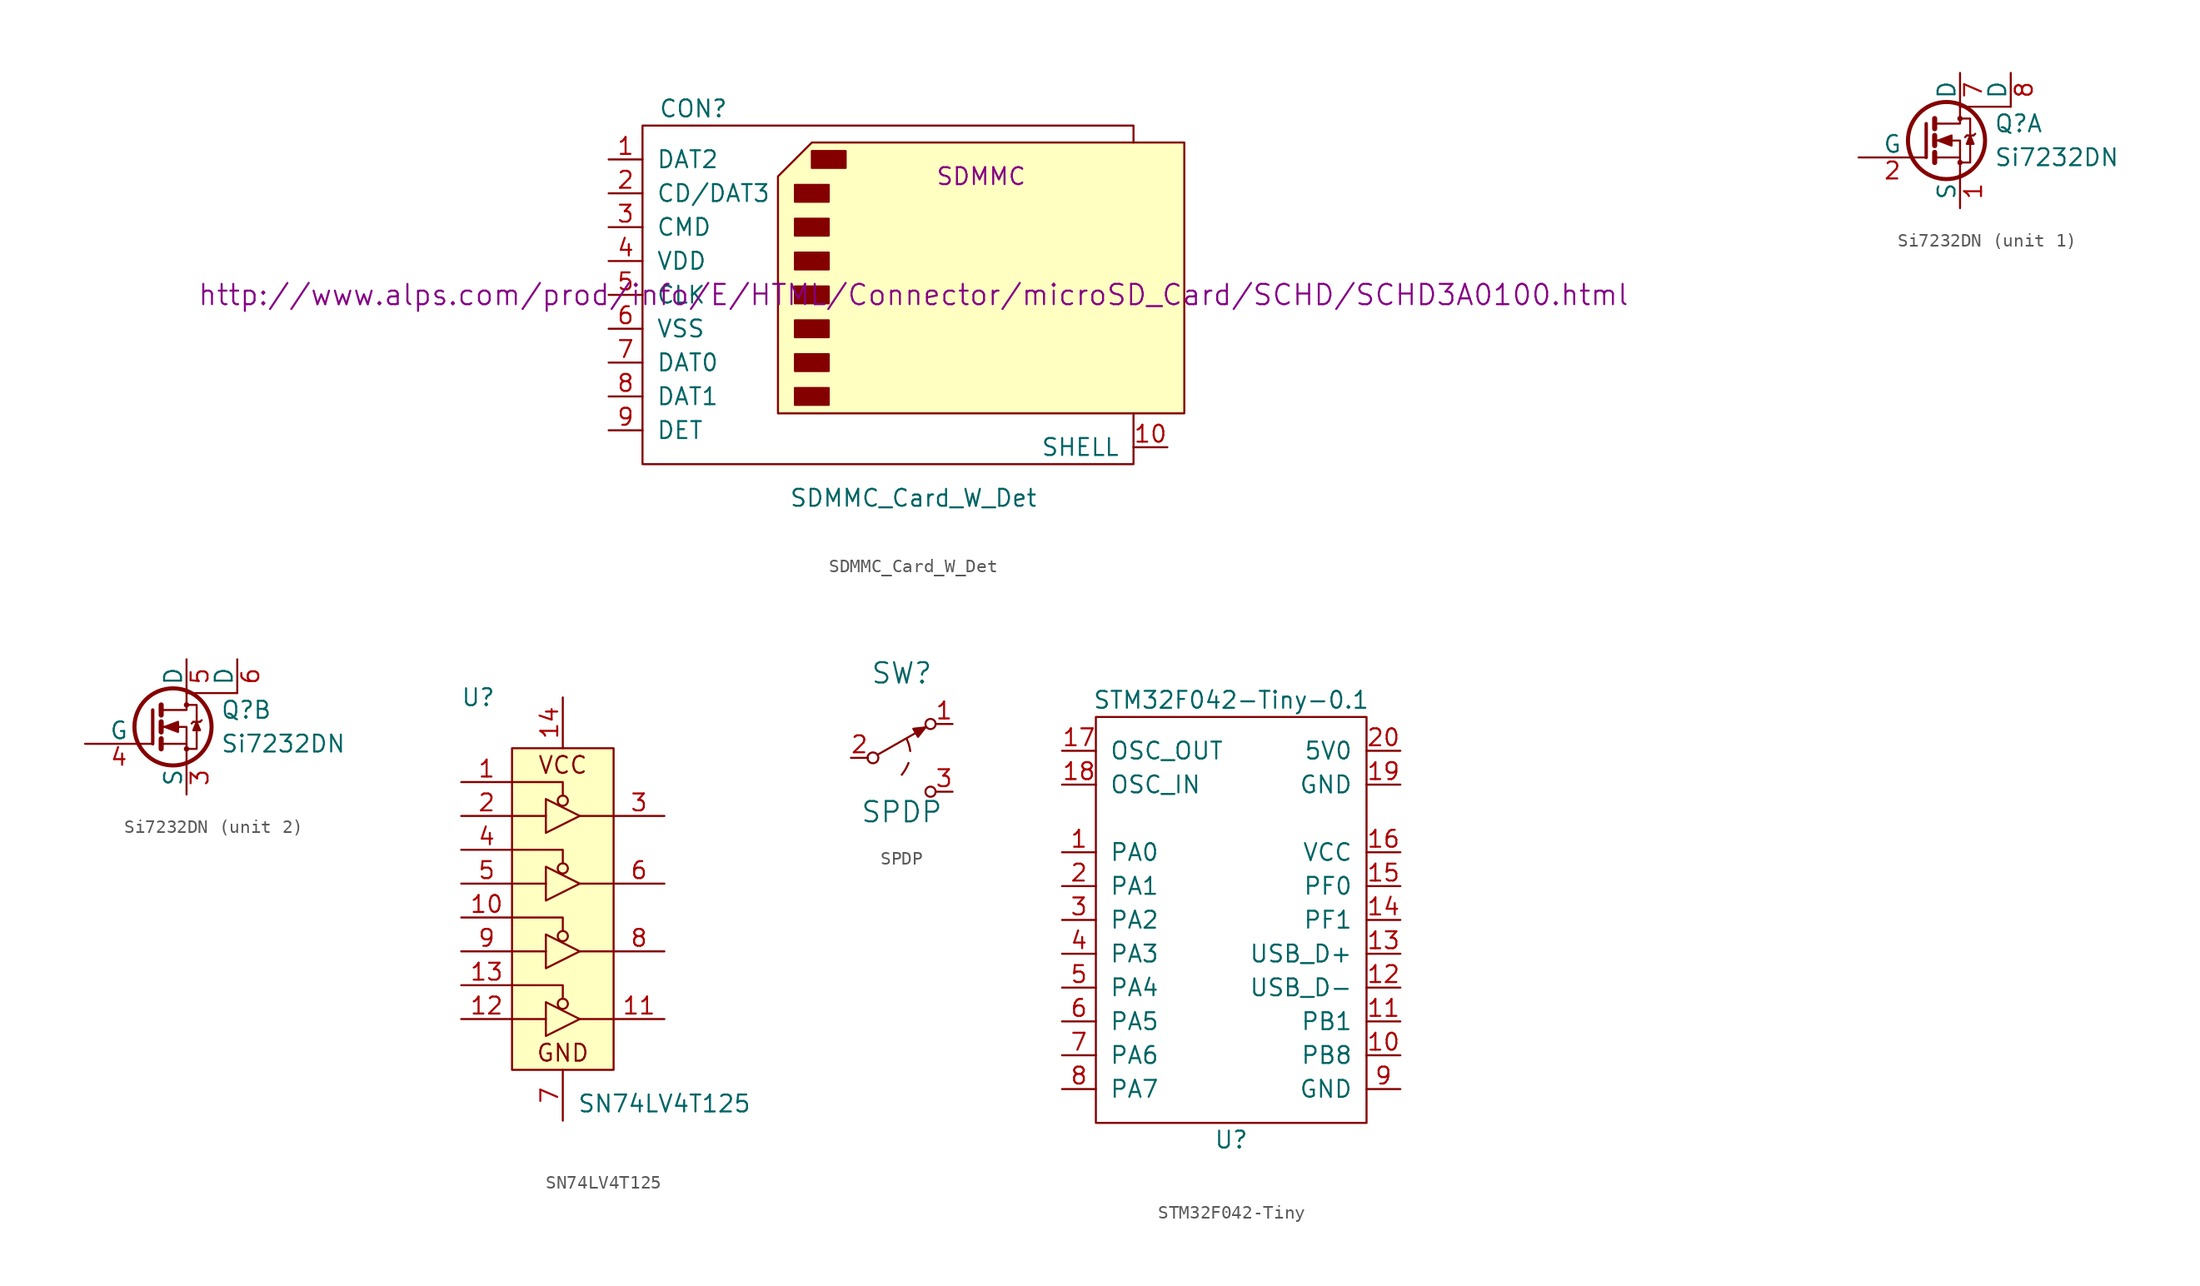
<source format=kicad_sym>
(kicad_symbol_lib
  (version 20231120)
  (generator "kicad_symbol_editor")
  (generator_version "8.0")
  (symbol "SDMMC_Card_W_Det"
    (pin_names
      (offset 1.016))
    (property "Reference" "CON"
      (at -16.51 13.97 0)
      (effects (font (size 1.27 1.27))))
    (property "Value" "SDMMC_Card_W_Det"
      (at 0 -15.24 0)
      (effects (font (size 1.27 1.27))))
    (property "Footprint" "SDMMC"
      (at 5.08 8.89 0)
      (effects (font (size 1.27 1.27))))
    (property "Datasheet" "http://www.alps.com/prod/info/E/HTML/Connector/microSD_Card/SCHD/SCHD3A0100.html"
      (at 0 0 0)
      (effects (font (size 1.524 1.524))))
    (symbol "SDMMC_Card_W_Det_0_1"
      (rectangle (start -8.89 -6.985) (end -6.35 -8.255) (stroke (width 0) (type default)) (fill (type outline)))
      (rectangle (start -8.89 -4.445) (end -6.35 -5.715) (stroke (width 0) (type default)) (fill (type outline)))
      (rectangle (start -8.89 -1.905) (end -6.35 -3.175) (stroke (width 0) (type default)) (fill (type outline)))
      (rectangle (start -8.89 0.635) (end -6.35 -0.635) (stroke (width 0) (type default)) (fill (type outline)))
      (rectangle (start -8.89 3.175) (end -6.35 1.905) (stroke (width 0) (type default)) (fill (type outline)))
      (rectangle (start -8.89 5.715) (end -6.35 4.445) (stroke (width 0) (type default)) (fill (type outline)))
      (rectangle (start -8.89 8.255) (end -6.35 6.985) (stroke (width 0) (type default)) (fill (type outline)))
      (rectangle (start -7.62 10.795) (end -5.08 9.525) (stroke (width 0) (type default)) (fill (type outline)))
      (polyline (pts (xy 16.51 11.43) (xy 16.51 12.7) (xy -20.32 12.7) (xy -20.32 -12.7) (xy 16.51 -12.7) (xy 16.51 -8.89)) (stroke (width 0) (type default)) (fill (type none)))
      (polyline (pts (xy 20.32 11.43) (xy -7.62 11.43) (xy -10.16 8.89) (xy -10.16 -8.89) (xy 20.32 -8.89) (xy 20.32 11.43)) (stroke (width 0) (type default)) (fill (type background))))
    (symbol "SDMMC_Card_W_Det_1_1"
      (pin input line (at -22.86 10.16 0) (length 2.54) (name "DAT2" (effects (font (size 1.27 1.27)))) (number "1" (effects (font (size 1.27 1.27)))))
      (pin input line (at 19.05 -11.43 180) (length 2.54) (name "SHELL" (effects (font (size 1.27 1.27)))) (number "10" (effects (font (size 1.27 1.27)))))
      (pin input line (at -22.86 7.62 0) (length 2.54) (name "CD/DAT3" (effects (font (size 1.27 1.27)))) (number "2" (effects (font (size 1.27 1.27)))))
      (pin input line (at -22.86 5.08 0) (length 2.54) (name "CMD" (effects (font (size 1.27 1.27)))) (number "3" (effects (font (size 1.27 1.27)))))
      (pin input line (at -22.86 2.54 0) (length 2.54) (name "VDD" (effects (font (size 1.27 1.27)))) (number "4" (effects (font (size 1.27 1.27)))))
      (pin input line (at -22.86 0 0) (length 2.54) (name "CLK" (effects (font (size 1.27 1.27)))) (number "5" (effects (font (size 1.27 1.27)))))
      (pin input line (at -22.86 -2.54 0) (length 2.54) (name "VSS" (effects (font (size 1.27 1.27)))) (number "6" (effects (font (size 1.27 1.27)))))
      (pin input line (at -22.86 -5.08 0) (length 2.54) (name "DAT0" (effects (font (size 1.27 1.27)))) (number "7" (effects (font (size 1.27 1.27)))))
      (pin input line (at -22.86 -7.62 0) (length 2.54) (name "DAT1" (effects (font (size 1.27 1.27)))) (number "8" (effects (font (size 1.27 1.27)))))
      (pin input line (at -22.86 -10.16 0) (length 2.54) (name "DET" (effects (font (size 1.27 1.27)))) (number "9" (effects (font (size 1.27 1.27)))))))
  (symbol "Si7232DN"
    (pin_names
      (offset 0))
    (property "Reference" "Q"
      (at 3.81 1.27 0)
      (effects (font (size 1.27 1.27)) (justify left)))
    (property "Value" "Si7232DN"
      (at 3.81 -1.27 0)
      (effects (font (size 1.27 1.27)) (justify left)))
    (property "Datasheet" ""
      (at -1.27 0 0)
      (effects (font (size 1.27 1.27)) (justify left)))
    (symbol "Si7232DN_0_1"
      (polyline (pts (xy -1.27 -1.27) (xy -1.27 1.27)) (stroke (width 0.254) (type default)) (fill (type none)))
      (polyline (pts (xy -0.635 -0.889) (xy -0.635 -1.651)) (stroke (width 0.381) (type default)) (fill (type none)))
      (polyline (pts (xy -0.635 0.381) (xy -0.635 -0.381)) (stroke (width 0.381) (type default)) (fill (type none)))
      (polyline (pts (xy -0.635 1.651) (xy -0.635 0.889)) (stroke (width 0.381) (type default)) (fill (type none)))
      (polyline (pts (xy 1.27 2.54) (xy 5.08 2.54)) (stroke (width 0) (type default)) (fill (type none)))
      (polyline (pts (xy 1.778 0.381) (xy 1.651 0.254)) (stroke (width 0) (type default)) (fill (type none)))
      (polyline (pts (xy 1.778 0.381) (xy 2.286 0.381)) (stroke (width 0) (type default)) (fill (type none)))
      (polyline (pts (xy 2.286 0.381) (xy 2.413 0.508)) (stroke (width 0) (type default)) (fill (type none)))
      (polyline (pts (xy -0.508 1.27) (xy 1.27 1.27) (xy 1.27 2.54) (xy 1.27 2.54)) (stroke (width 0) (type default)) (fill (type none)))
      (polyline (pts (xy 1.27 1.651) (xy 2.032 1.651) (xy 2.032 -1.651) (xy 1.397 -1.651)) (stroke (width 0) (type default)) (fill (type none)))
      (polyline (pts (xy 2.032 0.381) (xy 1.778 -0.254) (xy 2.286 -0.254) (xy 2.032 0.381)) (stroke (width 0) (type default)) (fill (type outline)))
      (polyline (pts (xy -0.508 -1.27) (xy 1.27 -1.27) (xy 1.27 -1.778) (xy 1.27 -2.54) (xy 1.27 -2.54)) (stroke (width 0) (type default)) (fill (type none)))
      (polyline (pts (xy -0.508 0) (xy 0 0) (xy 1.27 0) (xy 1.27 -1.27) (xy 1.27 -1.27)) (stroke (width 0) (type default)) (fill (type none)))
      (polyline (pts (xy -0.381 0) (xy 0.635 0.381) (xy 0.635 -0.381) (xy -0.381 0) (xy -0.254 0) (xy -0.254 0)) (stroke (width 0) (type default)) (fill (type outline)))
      (circle (center 0.254 0) (radius 2.896) (stroke (width 0.305) (type default)) (fill (type none)))
      (circle (center 1.27 -1.651) (radius 0.127) (stroke (width 0) (type default)) (fill (type none)))
      (circle (center 1.27 1.651) (radius 0.127) (stroke (width 0) (type default)) (fill (type none))))
    (symbol "Si7232DN_1_1"
      (pin passive line (at 1.27 -5.08 90) (length 2.54) (name "S" (effects (font (size 1.27 1.27)))) (number "1" (effects (font (size 1.27 1.27)))))
      (pin input line (at -6.35 -1.27 0) (length 5.08) (name "G" (effects (font (size 1.27 1.27)))) (number "2" (effects (font (size 1.27 1.27)))))
      (pin passive line (at 1.27 5.08 270) (length 2.54) (name "D" (effects (font (size 1.27 1.27)))) (number "7" (effects (font (size 1.27 1.27)))))
      (pin passive line (at 5.08 5.08 270) (length 2.54) (name "D" (effects (font (size 1.27 1.27)))) (number "8" (effects (font (size 1.27 1.27))))))
    (symbol "Si7232DN_2_1"
      (pin passive line (at 1.27 -5.08 90) (length 2.54) (name "S" (effects (font (size 1.27 1.27)))) (number "3" (effects (font (size 1.27 1.27)))))
      (pin input line (at -6.35 -1.27 0) (length 5.08) (name "G" (effects (font (size 1.27 1.27)))) (number "4" (effects (font (size 1.27 1.27)))))
      (pin passive line (at 1.27 5.08 270) (length 2.54) (name "D" (effects (font (size 1.27 1.27)))) (number "5" (effects (font (size 1.27 1.27)))))
      (pin passive line (at 5.08 5.08 270) (length 2.54) (name "D" (effects (font (size 1.27 1.27)))) (number "6" (effects (font (size 1.27 1.27)))))))
  (symbol "SN74LV4T125"
    (pin_names
      (offset 1.016) hide)
    (property "Reference" "U"
      (at -6.35 15.24 0)
      (effects (font (size 1.27 1.27))))
    (property "Value" "SN74LV4T125"
      (at 7.62 -15.24 0)
      (effects (font (size 1.27 1.27))))
    (symbol "SN74LV4T125_0_0"
      (text "GND" (at 0 -11.43 0) (effects (font (size 1.27 1.27))))
      (text "VCC" (at 0 10.16 0) (effects (font (size 1.27 1.27)))))
    (symbol "SN74LV4T125_0_1"
      (rectangle (start -3.81 11.43) (end 3.81 -12.7) (stroke (width 0) (type default)) (fill (type background)))
      (polyline (pts (xy -3.81 -8.89) (xy -1.27 -8.89)) (stroke (width 0) (type default)) (fill (type none)))
      (polyline (pts (xy -3.81 -3.81) (xy -1.27 -3.81)) (stroke (width 0) (type default)) (fill (type none)))
      (polyline (pts (xy -3.81 1.27) (xy -1.27 1.27)) (stroke (width 0) (type default)) (fill (type none)))
      (polyline (pts (xy -3.81 6.35) (xy -1.27 6.35)) (stroke (width 0) (type default)) (fill (type none)))
      (polyline (pts (xy 1.27 -8.89) (xy 3.81 -8.89)) (stroke (width 0) (type default)) (fill (type none)))
      (polyline (pts (xy 1.27 -3.81) (xy 3.81 -3.81)) (stroke (width 0) (type default)) (fill (type none)))
      (polyline (pts (xy 1.27 1.27) (xy 3.81 1.27)) (stroke (width 0) (type default)) (fill (type none)))
      (polyline (pts (xy 1.27 6.35) (xy 3.81 6.35)) (stroke (width 0) (type default)) (fill (type none)))
      (polyline (pts (xy -3.81 -6.35) (xy 0 -6.35) (xy 0 -7.366)) (stroke (width 0) (type default)) (fill (type none)))
      (polyline (pts (xy -3.81 -1.27) (xy 0 -1.27) (xy 0 -2.286)) (stroke (width 0) (type default)) (fill (type none)))
      (polyline (pts (xy -3.81 3.81) (xy 0 3.81) (xy 0 2.794)) (stroke (width 0) (type default)) (fill (type none)))
      (polyline (pts (xy -3.81 8.89) (xy 0 8.89) (xy 0 7.874)) (stroke (width 0) (type default)) (fill (type none)))
      (polyline (pts (xy -1.27 -7.62) (xy -1.27 -10.16) (xy 1.27 -8.89) (xy -1.27 -7.62)) (stroke (width 0) (type default)) (fill (type none)))
      (polyline (pts (xy -1.27 -2.54) (xy -1.27 -5.08) (xy 1.27 -3.81) (xy -1.27 -2.54)) (stroke (width 0) (type default)) (fill (type none)))
      (polyline (pts (xy -1.27 2.54) (xy -1.27 0) (xy 1.27 1.27) (xy -1.27 2.54)) (stroke (width 0) (type default)) (fill (type none)))
      (polyline (pts (xy -1.27 7.62) (xy -1.27 5.08) (xy 1.27 6.35) (xy -1.27 7.62)) (stroke (width 0) (type default)) (fill (type none)))
      (circle (center 0 7.493) (radius 0.381) (stroke (width 0) (type default)) (fill (type none))))
    (symbol "SN74LV4T125_1_1"
      (circle (center 0 -7.747) (radius 0.381) (stroke (width 0) (type default)) (fill (type none)))
      (circle (center 0 -2.667) (radius 0.381) (stroke (width 0) (type default)) (fill (type none)))
      (circle (center 0 2.413) (radius 0.381) (stroke (width 0) (type default)) (fill (type none)))
      (pin input line (at -7.62 8.89 0) (length 3.81) (name "1~{OE}" (effects (font (size 1.27 1.27)))) (number "1" (effects (font (size 1.27 1.27)))))
      (pin input line (at -7.62 -1.27 0) (length 3.81) (name "3~{OE}" (effects (font (size 1.27 1.27)))) (number "10" (effects (font (size 1.27 1.27)))))
      (pin output line (at 7.62 -8.89 180) (length 3.81) (name "4Y" (effects (font (size 1.27 1.27)))) (number "11" (effects (font (size 1.27 1.27)))))
      (pin input line (at -7.62 -8.89 0) (length 3.81) (name "4A" (effects (font (size 1.27 1.27)))) (number "12" (effects (font (size 1.27 1.27)))))
      (pin input line (at -7.62 -6.35 0) (length 3.81) (name "4~{OE}" (effects (font (size 1.27 1.27)))) (number "13" (effects (font (size 1.27 1.27)))))
      (pin power_in line (at 0 15.24 270) (length 3.81) (name "VCC" (effects (font (size 1.27 1.27)))) (number "14" (effects (font (size 1.27 1.27)))))
      (pin input line (at -7.62 6.35 0) (length 3.81) (name "1A" (effects (font (size 1.27 1.27)))) (number "2" (effects (font (size 1.27 1.27)))))
      (pin output line (at 7.62 6.35 180) (length 3.81) (name "1Y" (effects (font (size 1.27 1.27)))) (number "3" (effects (font (size 1.27 1.27)))))
      (pin input line (at -7.62 3.81 0) (length 3.81) (name "2~{OE}" (effects (font (size 1.27 1.27)))) (number "4" (effects (font (size 1.27 1.27)))))
      (pin input line (at -7.62 1.27 0) (length 3.81) (name "2A" (effects (font (size 1.27 1.27)))) (number "5" (effects (font (size 1.27 1.27)))))
      (pin output line (at 7.62 1.27 180) (length 3.81) (name "2Y" (effects (font (size 1.27 1.27)))) (number "6" (effects (font (size 1.27 1.27)))))
      (pin power_in line (at 0 -16.51 90) (length 3.81) (name "GND" (effects (font (size 1.27 1.27)))) (number "7" (effects (font (size 1.27 1.27)))))
      (pin output line (at 7.62 -3.81 180) (length 3.81) (name "3Y" (effects (font (size 1.27 1.27)))) (number "8" (effects (font (size 1.27 1.27)))))
      (pin input line (at -7.62 -3.81 0) (length 3.81) (name "3A" (effects (font (size 1.27 1.27)))) (number "9" (effects (font (size 1.27 1.27)))))))
  (symbol "SPDP"
    (pin_names
      (offset 1.016))
    (property "Reference" "SW"
      (at 0 6.35 0)
      (effects (font (size 1.524 1.524))))
    (property "Value" "SPDP"
      (at 0 -4.064 0)
      (effects (font (size 1.524 1.524))))
    (property "Footprint" ""
      (at 0 0 0)
      (effects (font (size 1.524 1.524))))
    (property "Datasheet" ""
      (at 0 0 0)
      (effects (font (size 1.524 1.524))))
    (symbol "SPDP_0_1"
      (circle (center -2.159 0) (radius 0.406) (stroke (width 0) (type default)) (fill (type none)))
      (arc (start 0 -1.27) (mid 0.2893 -0.846) (end 0.508 -0.381) (stroke (width 0) (type default)) (fill (type none)))
      (polyline (pts (xy -1.778 0.254) (xy 1.778 2.286)) (stroke (width 0) (type default)) (fill (type none)))
      (polyline (pts (xy 1.778 2.286) (xy 0.864 2.184) (xy 1.219 1.575) (xy 1.778 2.286)) (stroke (width 0) (type default)) (fill (type outline)))
      (arc (start 0.635 0.508) (mid 0.5444 0.9629) (end 0.381 1.397) (stroke (width 0) (type default)) (fill (type none)))
      (circle (center 2.159 -2.54) (radius 0.381) (stroke (width 0) (type default)) (fill (type none)))
      (circle (center 2.159 2.54) (radius 0.381) (stroke (width 0) (type default)) (fill (type none))))
    (symbol "SPDP_1_1"
      (pin passive line (at 3.81 2.54 180) (length 1.27) (name "~" (effects (font (size 1.27 1.27)))) (number "1" (effects (font (size 1.27 1.27)))))
      (pin passive line (at -3.81 0 0) (length 1.27) (name "~" (effects (font (size 1.27 1.27)))) (number "2" (effects (font (size 1.27 1.27)))))
      (pin passive line (at 3.81 -2.54 180) (length 1.27) (name "~" (effects (font (size 1.27 1.27)))) (number "3" (effects (font (size 1.27 1.27)))))))
  (symbol "STM32F042-Tiny"
    (pin_names
      (offset 1.016))
    (property "Reference" "U"
      (at 0 -12.7 0)
      (effects (font (size 1.27 1.27))))
    (property "Value" "STM32F042-Tiny-0.1"
      (at 0 20.32 0)
      (effects (font (size 1.27 1.27))))
    (symbol "STM32F042-Tiny_0_1"
      (rectangle (start -10.16 19.05) (end 10.16 -11.43) (stroke (width 0) (type default)) (fill (type none))))
    (symbol "STM32F042-Tiny_1_1"
      (pin tri_state line (at -12.7 8.89 0) (length 2.54) (name "PA0" (effects (font (size 1.27 1.27)))) (number "1" (effects (font (size 1.27 1.27)))))
      (pin tri_state line (at 12.7 -6.35 180) (length 2.54) (name "PB8" (effects (font (size 1.27 1.27)))) (number "10" (effects (font (size 1.27 1.27)))))
      (pin tri_state line (at 12.7 -3.81 180) (length 2.54) (name "PB1" (effects (font (size 1.27 1.27)))) (number "11" (effects (font (size 1.27 1.27)))))
      (pin tri_state line (at 12.7 -1.27 180) (length 2.54) (name "USB_D-" (effects (font (size 1.27 1.27)))) (number "12" (effects (font (size 1.27 1.27)))))
      (pin tri_state line (at 12.7 1.27 180) (length 2.54) (name "USB_D+" (effects (font (size 1.27 1.27)))) (number "13" (effects (font (size 1.27 1.27)))))
      (pin tri_state line (at 12.7 3.81 180) (length 2.54) (name "PF1" (effects (font (size 1.27 1.27)))) (number "14" (effects (font (size 1.27 1.27)))))
      (pin tri_state line (at 12.7 6.35 180) (length 2.54) (name "PF0" (effects (font (size 1.27 1.27)))) (number "15" (effects (font (size 1.27 1.27)))))
      (pin power_in line (at 12.7 8.89 180) (length 2.54) (name "VCC" (effects (font (size 1.27 1.27)))) (number "16" (effects (font (size 1.27 1.27)))))
      (pin input line (at -12.7 16.51 0) (length 2.54) (name "OSC_OUT" (effects (font (size 1.27 1.27)))) (number "17" (effects (font (size 1.27 1.27)))))
      (pin input line (at -12.7 13.97 0) (length 2.54) (name "OSC_IN" (effects (font (size 1.27 1.27)))) (number "18" (effects (font (size 1.27 1.27)))))
      (pin input line (at 12.7 13.97 180) (length 2.54) (name "GND" (effects (font (size 1.27 1.27)))) (number "19" (effects (font (size 1.27 1.27)))))
      (pin tri_state line (at -12.7 6.35 0) (length 2.54) (name "PA1" (effects (font (size 1.27 1.27)))) (number "2" (effects (font (size 1.27 1.27)))))
      (pin input line (at 12.7 16.51 180) (length 2.54) (name "5V0" (effects (font (size 1.27 1.27)))) (number "20" (effects (font (size 1.27 1.27)))))
      (pin tri_state line (at -12.7 3.81 0) (length 2.54) (name "PA2" (effects (font (size 1.27 1.27)))) (number "3" (effects (font (size 1.27 1.27)))))
      (pin tri_state line (at -12.7 1.27 0) (length 2.54) (name "PA3" (effects (font (size 1.27 1.27)))) (number "4" (effects (font (size 1.27 1.27)))))
      (pin tri_state line (at -12.7 -1.27 0) (length 2.54) (name "PA4" (effects (font (size 1.27 1.27)))) (number "5" (effects (font (size 1.27 1.27)))))
      (pin tri_state line (at -12.7 -3.81 0) (length 2.54) (name "PA5" (effects (font (size 1.27 1.27)))) (number "6" (effects (font (size 1.27 1.27)))))
      (pin tri_state line (at -12.7 -6.35 0) (length 2.54) (name "PA6" (effects (font (size 1.27 1.27)))) (number "7" (effects (font (size 1.27 1.27)))))
      (pin tri_state line (at -12.7 -8.89 0) (length 2.54) (name "PA7" (effects (font (size 1.27 1.27)))) (number "8" (effects (font (size 1.27 1.27)))))
      (pin input line (at 12.7 -8.89 180) (length 2.54) (name "GND" (effects (font (size 1.27 1.27)))) (number "9" (effects (font (size 1.27 1.27))))))))
</source>
